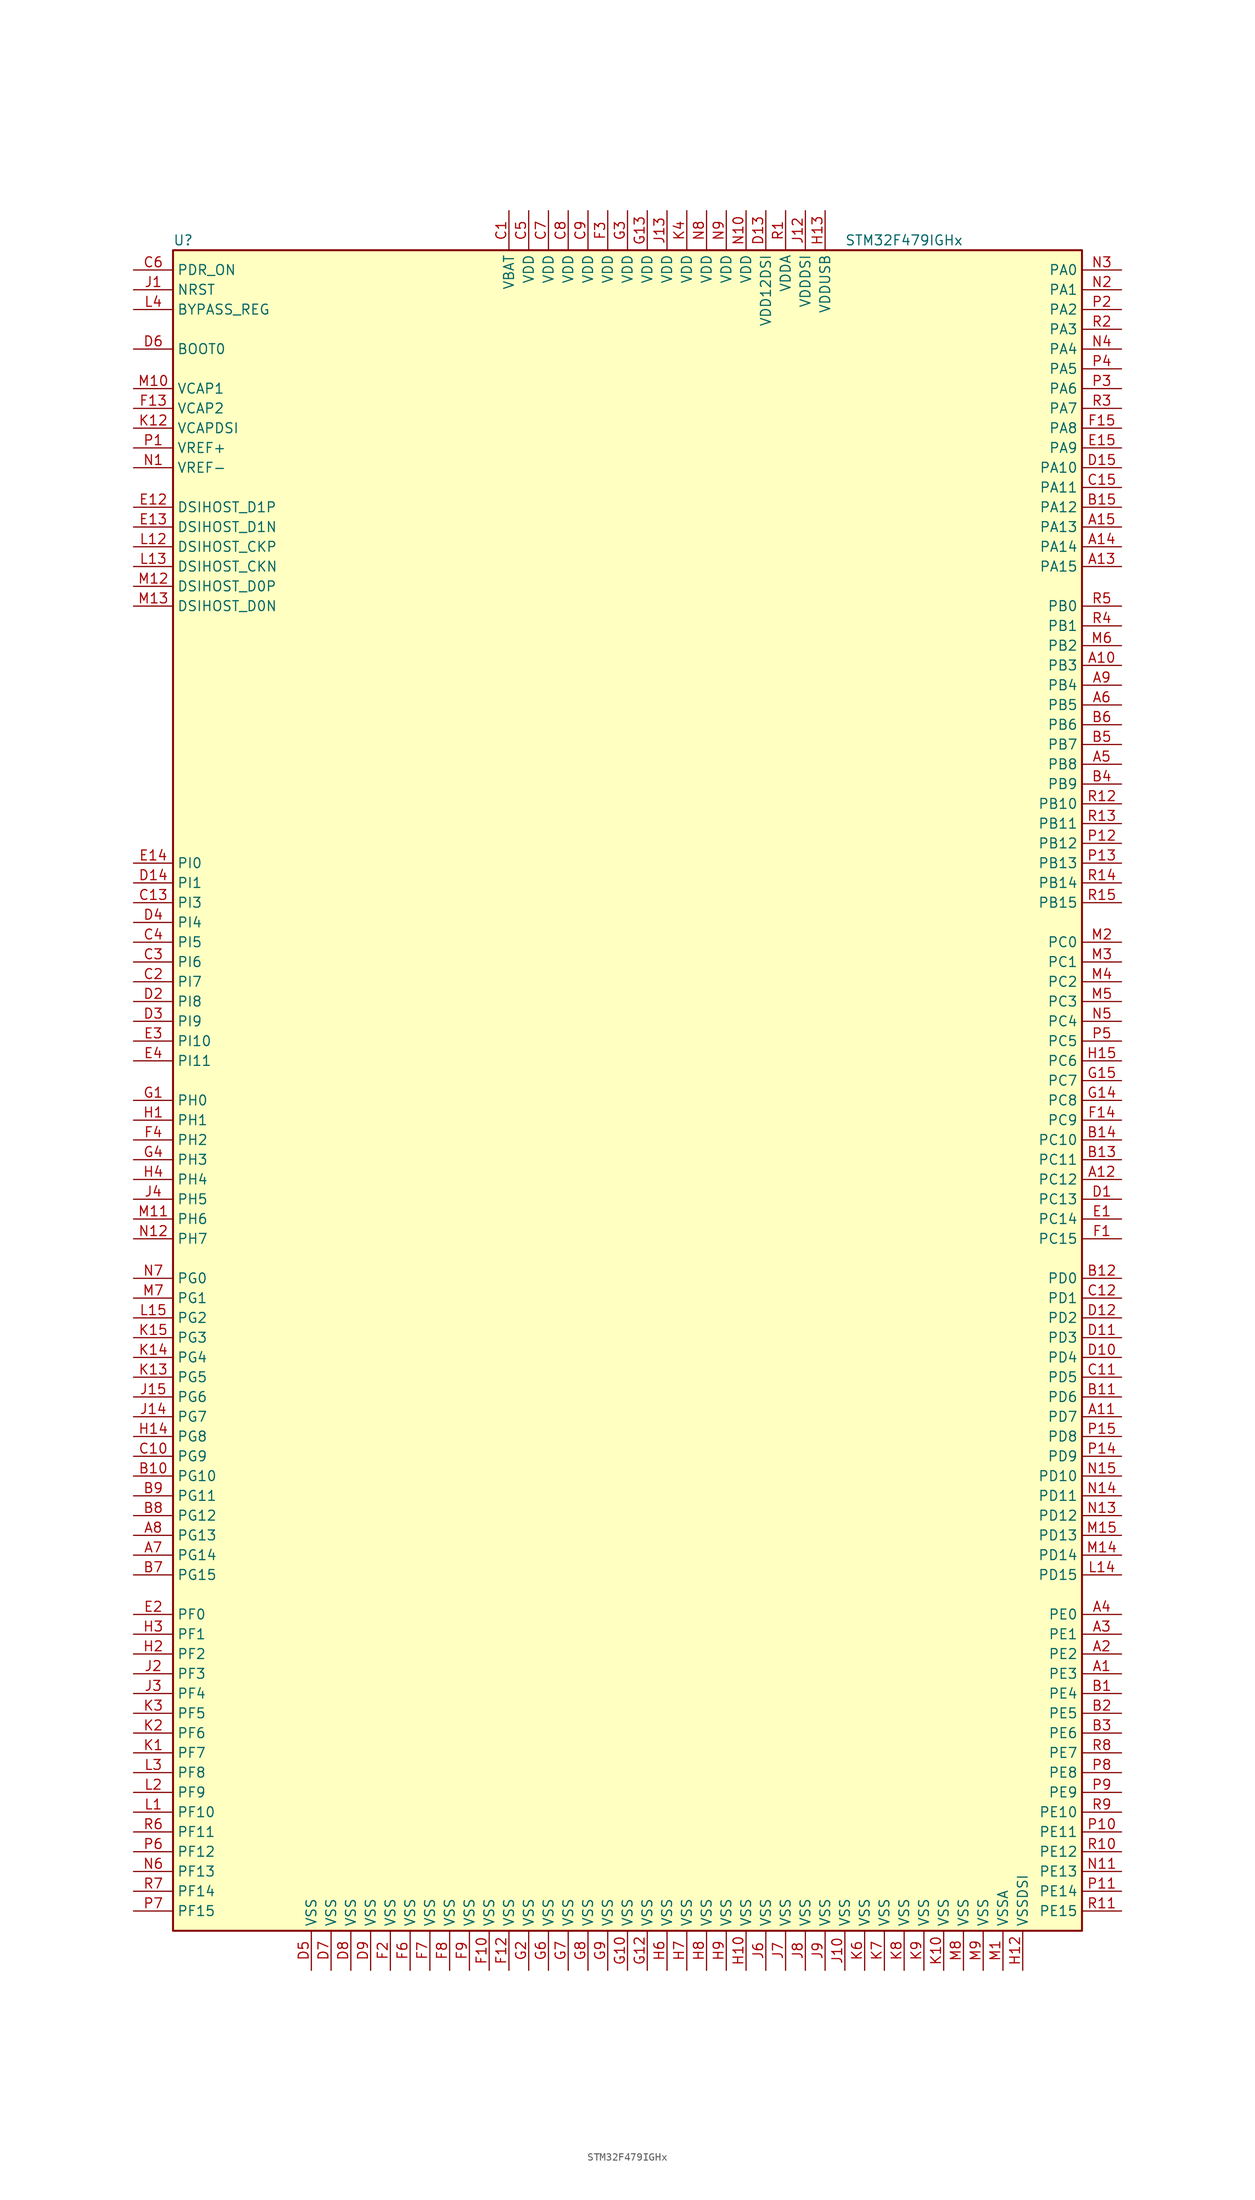
<source format=kicad_sym>
(kicad_symbol_lib
  (version 20201005)
  (generator kicad_symbol_editor)
  (symbol "STM32F479IGHx"
    (property "Reference" "U"
      (at -58.42 107.95 0)
      (effects (font (size 1.27 1.27)) (justify left)))
    (property "Value" "STM32F479IGHx"
      (at 27.94 107.95 0)
      (effects (font (size 1.27 1.27)) (justify left)))
    (symbol "STM32F479IGHx_0_1"
      (rectangle (start -58.42 -109.22) (end 58.42 106.68) (stroke (width 0.254)) (fill (type background))))
    (symbol "STM32F479IGHx_1_1"
      (pin input line (at -63.5 93.98 0) (length 5.08) (name "BOOT0" (effects (font (size 1.27 1.27)))) (number "D6" (effects (font (size 1.27 1.27)))))
      (pin input line (at -63.5 99.06 0) (length 5.08) (name "BYPASS_REG" (effects (font (size 1.27 1.27)))) (number "L4" (effects (font (size 1.27 1.27)))))
      (pin bidirectional line (at -63.5 66.04 0) (length 5.08) (name "DSIHOST_CKN" (effects (font (size 1.27 1.27)))) (number "L13" (effects (font (size 1.27 1.27)))))
      (pin bidirectional line (at -63.5 68.58 0) (length 5.08) (name "DSIHOST_CKP" (effects (font (size 1.27 1.27)))) (number "L12" (effects (font (size 1.27 1.27)))))
      (pin bidirectional line (at -63.5 60.96 0) (length 5.08) (name "DSIHOST_D0N" (effects (font (size 1.27 1.27)))) (number "M13" (effects (font (size 1.27 1.27)))))
      (pin bidirectional line (at -63.5 63.5 0) (length 5.08) (name "DSIHOST_D0P" (effects (font (size 1.27 1.27)))) (number "M12" (effects (font (size 1.27 1.27)))))
      (pin bidirectional line (at -63.5 71.12 0) (length 5.08) (name "DSIHOST_D1N" (effects (font (size 1.27 1.27)))) (number "E13" (effects (font (size 1.27 1.27)))))
      (pin bidirectional line (at -63.5 73.66 0) (length 5.08) (name "DSIHOST_D1P" (effects (font (size 1.27 1.27)))) (number "E12" (effects (font (size 1.27 1.27)))))
      (pin no_connect line (at -58.42 -106.68 0) (length 5.08) hide (name "NC" (effects (font (size 1.27 1.27)))) (number "C14" (effects (font (size 1.27 1.27)))))
      (pin input line (at -63.5 101.6 0) (length 5.08) (name "NRST" (effects (font (size 1.27 1.27)))) (number "J1" (effects (font (size 1.27 1.27)))))
      (pin bidirectional line (at 63.5 104.14 180) (length 5.08) (name "PA0" (effects (font (size 1.27 1.27)))) (number "N3" (effects (font (size 1.27 1.27)))))
      (pin bidirectional line (at 63.5 101.6 180) (length 5.08) (name "PA1" (effects (font (size 1.27 1.27)))) (number "N2" (effects (font (size 1.27 1.27)))))
      (pin bidirectional line (at 63.5 78.74 180) (length 5.08) (name "PA10" (effects (font (size 1.27 1.27)))) (number "D15" (effects (font (size 1.27 1.27)))))
      (pin bidirectional line (at 63.5 76.2 180) (length 5.08) (name "PA11" (effects (font (size 1.27 1.27)))) (number "C15" (effects (font (size 1.27 1.27)))))
      (pin bidirectional line (at 63.5 73.66 180) (length 5.08) (name "PA12" (effects (font (size 1.27 1.27)))) (number "B15" (effects (font (size 1.27 1.27)))))
      (pin bidirectional line (at 63.5 71.12 180) (length 5.08) (name "PA13" (effects (font (size 1.27 1.27)))) (number "A15" (effects (font (size 1.27 1.27)))))
      (pin bidirectional line (at 63.5 68.58 180) (length 5.08) (name "PA14" (effects (font (size 1.27 1.27)))) (number "A14" (effects (font (size 1.27 1.27)))))
      (pin bidirectional line (at 63.5 66.04 180) (length 5.08) (name "PA15" (effects (font (size 1.27 1.27)))) (number "A13" (effects (font (size 1.27 1.27)))))
      (pin bidirectional line (at 63.5 99.06 180) (length 5.08) (name "PA2" (effects (font (size 1.27 1.27)))) (number "P2" (effects (font (size 1.27 1.27)))))
      (pin bidirectional line (at 63.5 96.52 180) (length 5.08) (name "PA3" (effects (font (size 1.27 1.27)))) (number "R2" (effects (font (size 1.27 1.27)))))
      (pin bidirectional line (at 63.5 93.98 180) (length 5.08) (name "PA4" (effects (font (size 1.27 1.27)))) (number "N4" (effects (font (size 1.27 1.27)))))
      (pin bidirectional line (at 63.5 91.44 180) (length 5.08) (name "PA5" (effects (font (size 1.27 1.27)))) (number "P4" (effects (font (size 1.27 1.27)))))
      (pin bidirectional line (at 63.5 88.9 180) (length 5.08) (name "PA6" (effects (font (size 1.27 1.27)))) (number "P3" (effects (font (size 1.27 1.27)))))
      (pin bidirectional line (at 63.5 86.36 180) (length 5.08) (name "PA7" (effects (font (size 1.27 1.27)))) (number "R3" (effects (font (size 1.27 1.27)))))
      (pin bidirectional line (at 63.5 83.82 180) (length 5.08) (name "PA8" (effects (font (size 1.27 1.27)))) (number "F15" (effects (font (size 1.27 1.27)))))
      (pin bidirectional line (at 63.5 81.28 180) (length 5.08) (name "PA9" (effects (font (size 1.27 1.27)))) (number "E15" (effects (font (size 1.27 1.27)))))
      (pin bidirectional line (at 63.5 60.96 180) (length 5.08) (name "PB0" (effects (font (size 1.27 1.27)))) (number "R5" (effects (font (size 1.27 1.27)))))
      (pin bidirectional line (at 63.5 58.42 180) (length 5.08) (name "PB1" (effects (font (size 1.27 1.27)))) (number "R4" (effects (font (size 1.27 1.27)))))
      (pin bidirectional line (at 63.5 35.56 180) (length 5.08) (name "PB10" (effects (font (size 1.27 1.27)))) (number "R12" (effects (font (size 1.27 1.27)))))
      (pin bidirectional line (at 63.5 33.02 180) (length 5.08) (name "PB11" (effects (font (size 1.27 1.27)))) (number "R13" (effects (font (size 1.27 1.27)))))
      (pin bidirectional line (at 63.5 30.48 180) (length 5.08) (name "PB12" (effects (font (size 1.27 1.27)))) (number "P12" (effects (font (size 1.27 1.27)))))
      (pin bidirectional line (at 63.5 27.94 180) (length 5.08) (name "PB13" (effects (font (size 1.27 1.27)))) (number "P13" (effects (font (size 1.27 1.27)))))
      (pin bidirectional line (at 63.5 25.4 180) (length 5.08) (name "PB14" (effects (font (size 1.27 1.27)))) (number "R14" (effects (font (size 1.27 1.27)))))
      (pin bidirectional line (at 63.5 22.86 180) (length 5.08) (name "PB15" (effects (font (size 1.27 1.27)))) (number "R15" (effects (font (size 1.27 1.27)))))
      (pin bidirectional line (at 63.5 55.88 180) (length 5.08) (name "PB2" (effects (font (size 1.27 1.27)))) (number "M6" (effects (font (size 1.27 1.27)))))
      (pin bidirectional line (at 63.5 53.34 180) (length 5.08) (name "PB3" (effects (font (size 1.27 1.27)))) (number "A10" (effects (font (size 1.27 1.27)))))
      (pin bidirectional line (at 63.5 50.8 180) (length 5.08) (name "PB4" (effects (font (size 1.27 1.27)))) (number "A9" (effects (font (size 1.27 1.27)))))
      (pin bidirectional line (at 63.5 48.26 180) (length 5.08) (name "PB5" (effects (font (size 1.27 1.27)))) (number "A6" (effects (font (size 1.27 1.27)))))
      (pin bidirectional line (at 63.5 45.72 180) (length 5.08) (name "PB6" (effects (font (size 1.27 1.27)))) (number "B6" (effects (font (size 1.27 1.27)))))
      (pin bidirectional line (at 63.5 43.18 180) (length 5.08) (name "PB7" (effects (font (size 1.27 1.27)))) (number "B5" (effects (font (size 1.27 1.27)))))
      (pin bidirectional line (at 63.5 40.64 180) (length 5.08) (name "PB8" (effects (font (size 1.27 1.27)))) (number "A5" (effects (font (size 1.27 1.27)))))
      (pin bidirectional line (at 63.5 38.1 180) (length 5.08) (name "PB9" (effects (font (size 1.27 1.27)))) (number "B4" (effects (font (size 1.27 1.27)))))
      (pin bidirectional line (at 63.5 17.78 180) (length 5.08) (name "PC0" (effects (font (size 1.27 1.27)))) (number "M2" (effects (font (size 1.27 1.27)))))
      (pin bidirectional line (at 63.5 15.24 180) (length 5.08) (name "PC1" (effects (font (size 1.27 1.27)))) (number "M3" (effects (font (size 1.27 1.27)))))
      (pin bidirectional line (at 63.5 -7.62 180) (length 5.08) (name "PC10" (effects (font (size 1.27 1.27)))) (number "B14" (effects (font (size 1.27 1.27)))))
      (pin bidirectional line (at 63.5 -10.16 180) (length 5.08) (name "PC11" (effects (font (size 1.27 1.27)))) (number "B13" (effects (font (size 1.27 1.27)))))
      (pin bidirectional line (at 63.5 -12.7 180) (length 5.08) (name "PC12" (effects (font (size 1.27 1.27)))) (number "A12" (effects (font (size 1.27 1.27)))))
      (pin bidirectional line (at 63.5 -15.24 180) (length 5.08) (name "PC13" (effects (font (size 1.27 1.27)))) (number "D1" (effects (font (size 1.27 1.27)))))
      (pin bidirectional line (at 63.5 -17.78 180) (length 5.08) (name "PC14" (effects (font (size 1.27 1.27)))) (number "E1" (effects (font (size 1.27 1.27)))))
      (pin bidirectional line (at 63.5 -20.32 180) (length 5.08) (name "PC15" (effects (font (size 1.27 1.27)))) (number "F1" (effects (font (size 1.27 1.27)))))
      (pin bidirectional line (at 63.5 12.7 180) (length 5.08) (name "PC2" (effects (font (size 1.27 1.27)))) (number "M4" (effects (font (size 1.27 1.27)))))
      (pin bidirectional line (at 63.5 10.16 180) (length 5.08) (name "PC3" (effects (font (size 1.27 1.27)))) (number "M5" (effects (font (size 1.27 1.27)))))
      (pin bidirectional line (at 63.5 7.62 180) (length 5.08) (name "PC4" (effects (font (size 1.27 1.27)))) (number "N5" (effects (font (size 1.27 1.27)))))
      (pin bidirectional line (at 63.5 5.08 180) (length 5.08) (name "PC5" (effects (font (size 1.27 1.27)))) (number "P5" (effects (font (size 1.27 1.27)))))
      (pin bidirectional line (at 63.5 2.54 180) (length 5.08) (name "PC6" (effects (font (size 1.27 1.27)))) (number "H15" (effects (font (size 1.27 1.27)))))
      (pin bidirectional line (at 63.5 0 180) (length 5.08) (name "PC7" (effects (font (size 1.27 1.27)))) (number "G15" (effects (font (size 1.27 1.27)))))
      (pin bidirectional line (at 63.5 -2.54 180) (length 5.08) (name "PC8" (effects (font (size 1.27 1.27)))) (number "G14" (effects (font (size 1.27 1.27)))))
      (pin bidirectional line (at 63.5 -5.08 180) (length 5.08) (name "PC9" (effects (font (size 1.27 1.27)))) (number "F14" (effects (font (size 1.27 1.27)))))
      (pin bidirectional line (at 63.5 -25.4 180) (length 5.08) (name "PD0" (effects (font (size 1.27 1.27)))) (number "B12" (effects (font (size 1.27 1.27)))))
      (pin bidirectional line (at 63.5 -27.94 180) (length 5.08) (name "PD1" (effects (font (size 1.27 1.27)))) (number "C12" (effects (font (size 1.27 1.27)))))
      (pin bidirectional line (at 63.5 -50.8 180) (length 5.08) (name "PD10" (effects (font (size 1.27 1.27)))) (number "N15" (effects (font (size 1.27 1.27)))))
      (pin bidirectional line (at 63.5 -53.34 180) (length 5.08) (name "PD11" (effects (font (size 1.27 1.27)))) (number "N14" (effects (font (size 1.27 1.27)))))
      (pin bidirectional line (at 63.5 -55.88 180) (length 5.08) (name "PD12" (effects (font (size 1.27 1.27)))) (number "N13" (effects (font (size 1.27 1.27)))))
      (pin bidirectional line (at 63.5 -58.42 180) (length 5.08) (name "PD13" (effects (font (size 1.27 1.27)))) (number "M15" (effects (font (size 1.27 1.27)))))
      (pin bidirectional line (at 63.5 -60.96 180) (length 5.08) (name "PD14" (effects (font (size 1.27 1.27)))) (number "M14" (effects (font (size 1.27 1.27)))))
      (pin bidirectional line (at 63.5 -63.5 180) (length 5.08) (name "PD15" (effects (font (size 1.27 1.27)))) (number "L14" (effects (font (size 1.27 1.27)))))
      (pin bidirectional line (at 63.5 -30.48 180) (length 5.08) (name "PD2" (effects (font (size 1.27 1.27)))) (number "D12" (effects (font (size 1.27 1.27)))))
      (pin bidirectional line (at 63.5 -33.02 180) (length 5.08) (name "PD3" (effects (font (size 1.27 1.27)))) (number "D11" (effects (font (size 1.27 1.27)))))
      (pin bidirectional line (at 63.5 -35.56 180) (length 5.08) (name "PD4" (effects (font (size 1.27 1.27)))) (number "D10" (effects (font (size 1.27 1.27)))))
      (pin bidirectional line (at 63.5 -38.1 180) (length 5.08) (name "PD5" (effects (font (size 1.27 1.27)))) (number "C11" (effects (font (size 1.27 1.27)))))
      (pin bidirectional line (at 63.5 -40.64 180) (length 5.08) (name "PD6" (effects (font (size 1.27 1.27)))) (number "B11" (effects (font (size 1.27 1.27)))))
      (pin bidirectional line (at 63.5 -43.18 180) (length 5.08) (name "PD7" (effects (font (size 1.27 1.27)))) (number "A11" (effects (font (size 1.27 1.27)))))
      (pin bidirectional line (at 63.5 -45.72 180) (length 5.08) (name "PD8" (effects (font (size 1.27 1.27)))) (number "P15" (effects (font (size 1.27 1.27)))))
      (pin bidirectional line (at 63.5 -48.26 180) (length 5.08) (name "PD9" (effects (font (size 1.27 1.27)))) (number "P14" (effects (font (size 1.27 1.27)))))
      (pin input line (at -63.5 104.14 0) (length 5.08) (name "PDR_ON" (effects (font (size 1.27 1.27)))) (number "C6" (effects (font (size 1.27 1.27)))))
      (pin bidirectional line (at 63.5 -68.58 180) (length 5.08) (name "PE0" (effects (font (size 1.27 1.27)))) (number "A4" (effects (font (size 1.27 1.27)))))
      (pin bidirectional line (at 63.5 -71.12 180) (length 5.08) (name "PE1" (effects (font (size 1.27 1.27)))) (number "A3" (effects (font (size 1.27 1.27)))))
      (pin bidirectional line (at 63.5 -93.98 180) (length 5.08) (name "PE10" (effects (font (size 1.27 1.27)))) (number "R9" (effects (font (size 1.27 1.27)))))
      (pin bidirectional line (at 63.5 -96.52 180) (length 5.08) (name "PE11" (effects (font (size 1.27 1.27)))) (number "P10" (effects (font (size 1.27 1.27)))))
      (pin bidirectional line (at 63.5 -99.06 180) (length 5.08) (name "PE12" (effects (font (size 1.27 1.27)))) (number "R10" (effects (font (size 1.27 1.27)))))
      (pin bidirectional line (at 63.5 -101.6 180) (length 5.08) (name "PE13" (effects (font (size 1.27 1.27)))) (number "N11" (effects (font (size 1.27 1.27)))))
      (pin bidirectional line (at 63.5 -104.14 180) (length 5.08) (name "PE14" (effects (font (size 1.27 1.27)))) (number "P11" (effects (font (size 1.27 1.27)))))
      (pin bidirectional line (at 63.5 -106.68 180) (length 5.08) (name "PE15" (effects (font (size 1.27 1.27)))) (number "R11" (effects (font (size 1.27 1.27)))))
      (pin bidirectional line (at 63.5 -73.66 180) (length 5.08) (name "PE2" (effects (font (size 1.27 1.27)))) (number "A2" (effects (font (size 1.27 1.27)))))
      (pin bidirectional line (at 63.5 -76.2 180) (length 5.08) (name "PE3" (effects (font (size 1.27 1.27)))) (number "A1" (effects (font (size 1.27 1.27)))))
      (pin bidirectional line (at 63.5 -78.74 180) (length 5.08) (name "PE4" (effects (font (size 1.27 1.27)))) (number "B1" (effects (font (size 1.27 1.27)))))
      (pin bidirectional line (at 63.5 -81.28 180) (length 5.08) (name "PE5" (effects (font (size 1.27 1.27)))) (number "B2" (effects (font (size 1.27 1.27)))))
      (pin bidirectional line (at 63.5 -83.82 180) (length 5.08) (name "PE6" (effects (font (size 1.27 1.27)))) (number "B3" (effects (font (size 1.27 1.27)))))
      (pin bidirectional line (at 63.5 -86.36 180) (length 5.08) (name "PE7" (effects (font (size 1.27 1.27)))) (number "R8" (effects (font (size 1.27 1.27)))))
      (pin bidirectional line (at 63.5 -88.9 180) (length 5.08) (name "PE8" (effects (font (size 1.27 1.27)))) (number "P8" (effects (font (size 1.27 1.27)))))
      (pin bidirectional line (at 63.5 -91.44 180) (length 5.08) (name "PE9" (effects (font (size 1.27 1.27)))) (number "P9" (effects (font (size 1.27 1.27)))))
      (pin bidirectional line (at -63.5 -68.58 0) (length 5.08) (name "PF0" (effects (font (size 1.27 1.27)))) (number "E2" (effects (font (size 1.27 1.27)))))
      (pin bidirectional line (at -63.5 -71.12 0) (length 5.08) (name "PF1" (effects (font (size 1.27 1.27)))) (number "H3" (effects (font (size 1.27 1.27)))))
      (pin bidirectional line (at -63.5 -93.98 0) (length 5.08) (name "PF10" (effects (font (size 1.27 1.27)))) (number "L1" (effects (font (size 1.27 1.27)))))
      (pin bidirectional line (at -63.5 -96.52 0) (length 5.08) (name "PF11" (effects (font (size 1.27 1.27)))) (number "R6" (effects (font (size 1.27 1.27)))))
      (pin bidirectional line (at -63.5 -99.06 0) (length 5.08) (name "PF12" (effects (font (size 1.27 1.27)))) (number "P6" (effects (font (size 1.27 1.27)))))
      (pin bidirectional line (at -63.5 -101.6 0) (length 5.08) (name "PF13" (effects (font (size 1.27 1.27)))) (number "N6" (effects (font (size 1.27 1.27)))))
      (pin bidirectional line (at -63.5 -104.14 0) (length 5.08) (name "PF14" (effects (font (size 1.27 1.27)))) (number "R7" (effects (font (size 1.27 1.27)))))
      (pin bidirectional line (at -63.5 -106.68 0) (length 5.08) (name "PF15" (effects (font (size 1.27 1.27)))) (number "P7" (effects (font (size 1.27 1.27)))))
      (pin bidirectional line (at -63.5 -73.66 0) (length 5.08) (name "PF2" (effects (font (size 1.27 1.27)))) (number "H2" (effects (font (size 1.27 1.27)))))
      (pin bidirectional line (at -63.5 -76.2 0) (length 5.08) (name "PF3" (effects (font (size 1.27 1.27)))) (number "J2" (effects (font (size 1.27 1.27)))))
      (pin bidirectional line (at -63.5 -78.74 0) (length 5.08) (name "PF4" (effects (font (size 1.27 1.27)))) (number "J3" (effects (font (size 1.27 1.27)))))
      (pin bidirectional line (at -63.5 -81.28 0) (length 5.08) (name "PF5" (effects (font (size 1.27 1.27)))) (number "K3" (effects (font (size 1.27 1.27)))))
      (pin bidirectional line (at -63.5 -83.82 0) (length 5.08) (name "PF6" (effects (font (size 1.27 1.27)))) (number "K2" (effects (font (size 1.27 1.27)))))
      (pin bidirectional line (at -63.5 -86.36 0) (length 5.08) (name "PF7" (effects (font (size 1.27 1.27)))) (number "K1" (effects (font (size 1.27 1.27)))))
      (pin bidirectional line (at -63.5 -88.9 0) (length 5.08) (name "PF8" (effects (font (size 1.27 1.27)))) (number "L3" (effects (font (size 1.27 1.27)))))
      (pin bidirectional line (at -63.5 -91.44 0) (length 5.08) (name "PF9" (effects (font (size 1.27 1.27)))) (number "L2" (effects (font (size 1.27 1.27)))))
      (pin bidirectional line (at -63.5 -25.4 0) (length 5.08) (name "PG0" (effects (font (size 1.27 1.27)))) (number "N7" (effects (font (size 1.27 1.27)))))
      (pin bidirectional line (at -63.5 -27.94 0) (length 5.08) (name "PG1" (effects (font (size 1.27 1.27)))) (number "M7" (effects (font (size 1.27 1.27)))))
      (pin bidirectional line (at -63.5 -50.8 0) (length 5.08) (name "PG10" (effects (font (size 1.27 1.27)))) (number "B10" (effects (font (size 1.27 1.27)))))
      (pin bidirectional line (at -63.5 -53.34 0) (length 5.08) (name "PG11" (effects (font (size 1.27 1.27)))) (number "B9" (effects (font (size 1.27 1.27)))))
      (pin bidirectional line (at -63.5 -55.88 0) (length 5.08) (name "PG12" (effects (font (size 1.27 1.27)))) (number "B8" (effects (font (size 1.27 1.27)))))
      (pin bidirectional line (at -63.5 -58.42 0) (length 5.08) (name "PG13" (effects (font (size 1.27 1.27)))) (number "A8" (effects (font (size 1.27 1.27)))))
      (pin bidirectional line (at -63.5 -60.96 0) (length 5.08) (name "PG14" (effects (font (size 1.27 1.27)))) (number "A7" (effects (font (size 1.27 1.27)))))
      (pin bidirectional line (at -63.5 -63.5 0) (length 5.08) (name "PG15" (effects (font (size 1.27 1.27)))) (number "B7" (effects (font (size 1.27 1.27)))))
      (pin bidirectional line (at -63.5 -30.48 0) (length 5.08) (name "PG2" (effects (font (size 1.27 1.27)))) (number "L15" (effects (font (size 1.27 1.27)))))
      (pin bidirectional line (at -63.5 -33.02 0) (length 5.08) (name "PG3" (effects (font (size 1.27 1.27)))) (number "K15" (effects (font (size 1.27 1.27)))))
      (pin bidirectional line (at -63.5 -35.56 0) (length 5.08) (name "PG4" (effects (font (size 1.27 1.27)))) (number "K14" (effects (font (size 1.27 1.27)))))
      (pin bidirectional line (at -63.5 -38.1 0) (length 5.08) (name "PG5" (effects (font (size 1.27 1.27)))) (number "K13" (effects (font (size 1.27 1.27)))))
      (pin bidirectional line (at -63.5 -40.64 0) (length 5.08) (name "PG6" (effects (font (size 1.27 1.27)))) (number "J15" (effects (font (size 1.27 1.27)))))
      (pin bidirectional line (at -63.5 -43.18 0) (length 5.08) (name "PG7" (effects (font (size 1.27 1.27)))) (number "J14" (effects (font (size 1.27 1.27)))))
      (pin bidirectional line (at -63.5 -45.72 0) (length 5.08) (name "PG8" (effects (font (size 1.27 1.27)))) (number "H14" (effects (font (size 1.27 1.27)))))
      (pin bidirectional line (at -63.5 -48.26 0) (length 5.08) (name "PG9" (effects (font (size 1.27 1.27)))) (number "C10" (effects (font (size 1.27 1.27)))))
      (pin input line (at -63.5 -2.54 0) (length 5.08) (name "PH0" (effects (font (size 1.27 1.27)))) (number "G1" (effects (font (size 1.27 1.27)))))
      (pin input line (at -63.5 -5.08 0) (length 5.08) (name "PH1" (effects (font (size 1.27 1.27)))) (number "H1" (effects (font (size 1.27 1.27)))))
      (pin bidirectional line (at -63.5 -7.62 0) (length 5.08) (name "PH2" (effects (font (size 1.27 1.27)))) (number "F4" (effects (font (size 1.27 1.27)))))
      (pin bidirectional line (at -63.5 -10.16 0) (length 5.08) (name "PH3" (effects (font (size 1.27 1.27)))) (number "G4" (effects (font (size 1.27 1.27)))))
      (pin bidirectional line (at -63.5 -12.7 0) (length 5.08) (name "PH4" (effects (font (size 1.27 1.27)))) (number "H4" (effects (font (size 1.27 1.27)))))
      (pin bidirectional line (at -63.5 -15.24 0) (length 5.08) (name "PH5" (effects (font (size 1.27 1.27)))) (number "J4" (effects (font (size 1.27 1.27)))))
      (pin bidirectional line (at -63.5 -17.78 0) (length 5.08) (name "PH6" (effects (font (size 1.27 1.27)))) (number "M11" (effects (font (size 1.27 1.27)))))
      (pin bidirectional line (at -63.5 -20.32 0) (length 5.08) (name "PH7" (effects (font (size 1.27 1.27)))) (number "N12" (effects (font (size 1.27 1.27)))))
      (pin bidirectional line (at -63.5 27.94 0) (length 5.08) (name "PI0" (effects (font (size 1.27 1.27)))) (number "E14" (effects (font (size 1.27 1.27)))))
      (pin bidirectional line (at -63.5 25.4 0) (length 5.08) (name "PI1" (effects (font (size 1.27 1.27)))) (number "D14" (effects (font (size 1.27 1.27)))))
      (pin bidirectional line (at -63.5 5.08 0) (length 5.08) (name "PI10" (effects (font (size 1.27 1.27)))) (number "E3" (effects (font (size 1.27 1.27)))))
      (pin bidirectional line (at -63.5 2.54 0) (length 5.08) (name "PI11" (effects (font (size 1.27 1.27)))) (number "E4" (effects (font (size 1.27 1.27)))))
      (pin bidirectional line (at -63.5 22.86 0) (length 5.08) (name "PI3" (effects (font (size 1.27 1.27)))) (number "C13" (effects (font (size 1.27 1.27)))))
      (pin bidirectional line (at -63.5 20.32 0) (length 5.08) (name "PI4" (effects (font (size 1.27 1.27)))) (number "D4" (effects (font (size 1.27 1.27)))))
      (pin bidirectional line (at -63.5 17.78 0) (length 5.08) (name "PI5" (effects (font (size 1.27 1.27)))) (number "C4" (effects (font (size 1.27 1.27)))))
      (pin bidirectional line (at -63.5 15.24 0) (length 5.08) (name "PI6" (effects (font (size 1.27 1.27)))) (number "C3" (effects (font (size 1.27 1.27)))))
      (pin bidirectional line (at -63.5 12.7 0) (length 5.08) (name "PI7" (effects (font (size 1.27 1.27)))) (number "C2" (effects (font (size 1.27 1.27)))))
      (pin bidirectional line (at -63.5 10.16 0) (length 5.08) (name "PI8" (effects (font (size 1.27 1.27)))) (number "D2" (effects (font (size 1.27 1.27)))))
      (pin bidirectional line (at -63.5 7.62 0) (length 5.08) (name "PI9" (effects (font (size 1.27 1.27)))) (number "D3" (effects (font (size 1.27 1.27)))))
      (pin power_in line (at -15.24 111.76 270) (length 5.08) (name "VBAT" (effects (font (size 1.27 1.27)))) (number "C1" (effects (font (size 1.27 1.27)))))
      (pin power_in line (at -63.5 88.9 0) (length 5.08) (name "VCAP1" (effects (font (size 1.27 1.27)))) (number "M10" (effects (font (size 1.27 1.27)))))
      (pin power_in line (at -63.5 86.36 0) (length 5.08) (name "VCAP2" (effects (font (size 1.27 1.27)))) (number "F13" (effects (font (size 1.27 1.27)))))
      (pin power_in line (at -63.5 83.82 0) (length 5.08) (name "VCAPDSI" (effects (font (size 1.27 1.27)))) (number "K12" (effects (font (size 1.27 1.27)))))
      (pin power_in line (at -12.7 111.76 270) (length 5.08) (name "VDD" (effects (font (size 1.27 1.27)))) (number "C5" (effects (font (size 1.27 1.27)))))
      (pin power_in line (at -10.16 111.76 270) (length 5.08) (name "VDD" (effects (font (size 1.27 1.27)))) (number "C7" (effects (font (size 1.27 1.27)))))
      (pin power_in line (at -7.62 111.76 270) (length 5.08) (name "VDD" (effects (font (size 1.27 1.27)))) (number "C8" (effects (font (size 1.27 1.27)))))
      (pin power_in line (at -5.08 111.76 270) (length 5.08) (name "VDD" (effects (font (size 1.27 1.27)))) (number "C9" (effects (font (size 1.27 1.27)))))
      (pin power_in line (at -2.54 111.76 270) (length 5.08) (name "VDD" (effects (font (size 1.27 1.27)))) (number "F3" (effects (font (size 1.27 1.27)))))
      (pin power_in line (at 2.54 111.76 270) (length 5.08) (name "VDD" (effects (font (size 1.27 1.27)))) (number "G13" (effects (font (size 1.27 1.27)))))
      (pin power_in line (at 0 111.76 270) (length 5.08) (name "VDD" (effects (font (size 1.27 1.27)))) (number "G3" (effects (font (size 1.27 1.27)))))
      (pin power_in line (at 5.08 111.76 270) (length 5.08) (name "VDD" (effects (font (size 1.27 1.27)))) (number "J13" (effects (font (size 1.27 1.27)))))
      (pin power_in line (at 7.62 111.76 270) (length 5.08) (name "VDD" (effects (font (size 1.27 1.27)))) (number "K4" (effects (font (size 1.27 1.27)))))
      (pin power_in line (at 15.24 111.76 270) (length 5.08) (name "VDD" (effects (font (size 1.27 1.27)))) (number "N10" (effects (font (size 1.27 1.27)))))
      (pin power_in line (at 10.16 111.76 270) (length 5.08) (name "VDD" (effects (font (size 1.27 1.27)))) (number "N8" (effects (font (size 1.27 1.27)))))
      (pin power_in line (at 12.7 111.76 270) (length 5.08) (name "VDD" (effects (font (size 1.27 1.27)))) (number "N9" (effects (font (size 1.27 1.27)))))
      (pin power_in line (at 17.78 111.76 270) (length 5.08) (name "VDD12DSI" (effects (font (size 1.27 1.27)))) (number "D13" (effects (font (size 1.27 1.27)))))
      (pin power_in line (at 20.32 111.76 270) (length 5.08) (name "VDDA" (effects (font (size 1.27 1.27)))) (number "R1" (effects (font (size 1.27 1.27)))))
      (pin power_in line (at 22.86 111.76 270) (length 5.08) (name "VDDDSI" (effects (font (size 1.27 1.27)))) (number "J12" (effects (font (size 1.27 1.27)))))
      (pin power_in line (at 25.4 111.76 270) (length 5.08) (name "VDDUSB" (effects (font (size 1.27 1.27)))) (number "H13" (effects (font (size 1.27 1.27)))))
      (pin power_in line (at -63.5 81.28 0) (length 5.08) (name "VREF+" (effects (font (size 1.27 1.27)))) (number "P1" (effects (font (size 1.27 1.27)))))
      (pin power_in line (at -63.5 78.74 0) (length 5.08) (name "VREF-" (effects (font (size 1.27 1.27)))) (number "N1" (effects (font (size 1.27 1.27)))))
      (pin power_in line (at -40.64 -114.3 90) (length 5.08) (name "VSS" (effects (font (size 1.27 1.27)))) (number "D5" (effects (font (size 1.27 1.27)))))
      (pin power_in line (at -38.1 -114.3 90) (length 5.08) (name "VSS" (effects (font (size 1.27 1.27)))) (number "D7" (effects (font (size 1.27 1.27)))))
      (pin power_in line (at -35.56 -114.3 90) (length 5.08) (name "VSS" (effects (font (size 1.27 1.27)))) (number "D8" (effects (font (size 1.27 1.27)))))
      (pin power_in line (at -33.02 -114.3 90) (length 5.08) (name "VSS" (effects (font (size 1.27 1.27)))) (number "D9" (effects (font (size 1.27 1.27)))))
      (pin power_in line (at -17.78 -114.3 90) (length 5.08) (name "VSS" (effects (font (size 1.27 1.27)))) (number "F10" (effects (font (size 1.27 1.27)))))
      (pin power_in line (at -15.24 -114.3 90) (length 5.08) (name "VSS" (effects (font (size 1.27 1.27)))) (number "F12" (effects (font (size 1.27 1.27)))))
      (pin power_in line (at -30.48 -114.3 90) (length 5.08) (name "VSS" (effects (font (size 1.27 1.27)))) (number "F2" (effects (font (size 1.27 1.27)))))
      (pin power_in line (at -27.94 -114.3 90) (length 5.08) (name "VSS" (effects (font (size 1.27 1.27)))) (number "F6" (effects (font (size 1.27 1.27)))))
      (pin power_in line (at -25.4 -114.3 90) (length 5.08) (name "VSS" (effects (font (size 1.27 1.27)))) (number "F7" (effects (font (size 1.27 1.27)))))
      (pin power_in line (at -22.86 -114.3 90) (length 5.08) (name "VSS" (effects (font (size 1.27 1.27)))) (number "F8" (effects (font (size 1.27 1.27)))))
      (pin power_in line (at -20.32 -114.3 90) (length 5.08) (name "VSS" (effects (font (size 1.27 1.27)))) (number "F9" (effects (font (size 1.27 1.27)))))
      (pin power_in line (at 0 -114.3 90) (length 5.08) (name "VSS" (effects (font (size 1.27 1.27)))) (number "G10" (effects (font (size 1.27 1.27)))))
      (pin power_in line (at 2.54 -114.3 90) (length 5.08) (name "VSS" (effects (font (size 1.27 1.27)))) (number "G12" (effects (font (size 1.27 1.27)))))
      (pin power_in line (at -12.7 -114.3 90) (length 5.08) (name "VSS" (effects (font (size 1.27 1.27)))) (number "G2" (effects (font (size 1.27 1.27)))))
      (pin power_in line (at -10.16 -114.3 90) (length 5.08) (name "VSS" (effects (font (size 1.27 1.27)))) (number "G6" (effects (font (size 1.27 1.27)))))
      (pin power_in line (at -7.62 -114.3 90) (length 5.08) (name "VSS" (effects (font (size 1.27 1.27)))) (number "G7" (effects (font (size 1.27 1.27)))))
      (pin power_in line (at -5.08 -114.3 90) (length 5.08) (name "VSS" (effects (font (size 1.27 1.27)))) (number "G8" (effects (font (size 1.27 1.27)))))
      (pin power_in line (at -2.54 -114.3 90) (length 5.08) (name "VSS" (effects (font (size 1.27 1.27)))) (number "G9" (effects (font (size 1.27 1.27)))))
      (pin power_in line (at 15.24 -114.3 90) (length 5.08) (name "VSS" (effects (font (size 1.27 1.27)))) (number "H10" (effects (font (size 1.27 1.27)))))
      (pin power_in line (at 5.08 -114.3 90) (length 5.08) (name "VSS" (effects (font (size 1.27 1.27)))) (number "H6" (effects (font (size 1.27 1.27)))))
      (pin power_in line (at 7.62 -114.3 90) (length 5.08) (name "VSS" (effects (font (size 1.27 1.27)))) (number "H7" (effects (font (size 1.27 1.27)))))
      (pin power_in line (at 10.16 -114.3 90) (length 5.08) (name "VSS" (effects (font (size 1.27 1.27)))) (number "H8" (effects (font (size 1.27 1.27)))))
      (pin power_in line (at 12.7 -114.3 90) (length 5.08) (name "VSS" (effects (font (size 1.27 1.27)))) (number "H9" (effects (font (size 1.27 1.27)))))
      (pin power_in line (at 27.94 -114.3 90) (length 5.08) (name "VSS" (effects (font (size 1.27 1.27)))) (number "J10" (effects (font (size 1.27 1.27)))))
      (pin power_in line (at 17.78 -114.3 90) (length 5.08) (name "VSS" (effects (font (size 1.27 1.27)))) (number "J6" (effects (font (size 1.27 1.27)))))
      (pin power_in line (at 20.32 -114.3 90) (length 5.08) (name "VSS" (effects (font (size 1.27 1.27)))) (number "J7" (effects (font (size 1.27 1.27)))))
      (pin power_in line (at 22.86 -114.3 90) (length 5.08) (name "VSS" (effects (font (size 1.27 1.27)))) (number "J8" (effects (font (size 1.27 1.27)))))
      (pin power_in line (at 25.4 -114.3 90) (length 5.08) (name "VSS" (effects (font (size 1.27 1.27)))) (number "J9" (effects (font (size 1.27 1.27)))))
      (pin power_in line (at 40.64 -114.3 90) (length 5.08) (name "VSS" (effects (font (size 1.27 1.27)))) (number "K10" (effects (font (size 1.27 1.27)))))
      (pin power_in line (at 30.48 -114.3 90) (length 5.08) (name "VSS" (effects (font (size 1.27 1.27)))) (number "K6" (effects (font (size 1.27 1.27)))))
      (pin power_in line (at 33.02 -114.3 90) (length 5.08) (name "VSS" (effects (font (size 1.27 1.27)))) (number "K7" (effects (font (size 1.27 1.27)))))
      (pin power_in line (at 35.56 -114.3 90) (length 5.08) (name "VSS" (effects (font (size 1.27 1.27)))) (number "K8" (effects (font (size 1.27 1.27)))))
      (pin power_in line (at 38.1 -114.3 90) (length 5.08) (name "VSS" (effects (font (size 1.27 1.27)))) (number "K9" (effects (font (size 1.27 1.27)))))
      (pin power_in line (at 43.18 -114.3 90) (length 5.08) (name "VSS" (effects (font (size 1.27 1.27)))) (number "M8" (effects (font (size 1.27 1.27)))))
      (pin power_in line (at 45.72 -114.3 90) (length 5.08) (name "VSS" (effects (font (size 1.27 1.27)))) (number "M9" (effects (font (size 1.27 1.27)))))
      (pin power_in line (at 48.26 -114.3 90) (length 5.08) (name "VSSA" (effects (font (size 1.27 1.27)))) (number "M1" (effects (font (size 1.27 1.27)))))
      (pin power_in line (at 50.8 -114.3 90) (length 5.08) (name "VSSDSI" (effects (font (size 1.27 1.27)))) (number "H12" (effects (font (size 1.27 1.27))))))))
</source>
